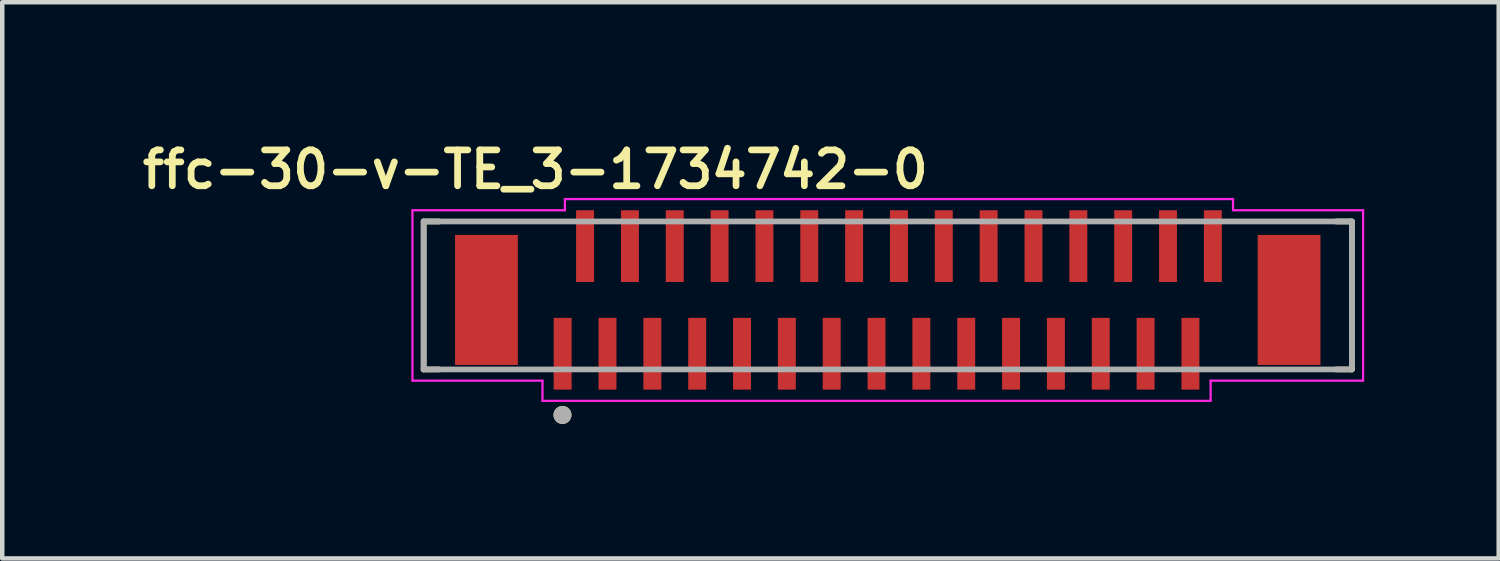
<source format=kicad_pcb>
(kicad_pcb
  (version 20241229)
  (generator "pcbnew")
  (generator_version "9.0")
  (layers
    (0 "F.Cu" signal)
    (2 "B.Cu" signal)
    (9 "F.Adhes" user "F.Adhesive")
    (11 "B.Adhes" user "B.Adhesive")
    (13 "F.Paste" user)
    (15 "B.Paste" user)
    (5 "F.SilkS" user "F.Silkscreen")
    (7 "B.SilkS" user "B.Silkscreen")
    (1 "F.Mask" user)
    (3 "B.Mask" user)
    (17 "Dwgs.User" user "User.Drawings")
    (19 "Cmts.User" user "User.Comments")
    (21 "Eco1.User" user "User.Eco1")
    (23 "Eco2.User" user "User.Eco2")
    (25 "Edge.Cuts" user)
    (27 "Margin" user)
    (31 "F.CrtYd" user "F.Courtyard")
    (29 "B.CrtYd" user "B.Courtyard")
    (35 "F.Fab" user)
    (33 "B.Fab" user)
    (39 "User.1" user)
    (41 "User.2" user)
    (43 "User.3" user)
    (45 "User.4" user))
  (footprint "ffc-30-v-TE_3-1734742-0"
    (layer "F.Cu")
    (at 16.748 3.639)
    (property "Reference" "ffc-30-v-TE_3-1734742-0" (at -7.86 -2.908 0) (layer "F.SilkS") (effects (font (size 0.8 0.8) (thickness 0.15))))
    (attr smd)
    (fp_line (start -10.35 -1.75) (end -10.35 1.55) (stroke (width 0.127) (type solid)) (layer "F.SilkS"))
    (fp_line (start -10.35 1.55) (end -10 1.55) (stroke (width 0.127) (type solid)) (layer "F.SilkS"))
    (fp_line (start -10 -1.75) (end -10.35 -1.75) (stroke (width 0.127) (type solid)) (layer "F.SilkS"))
    (fp_line (start 10 -1.75) (end 10.35 -1.75) (stroke (width 0.127) (type solid)) (layer "F.SilkS"))
    (fp_line (start 10.35 -1.75) (end 10.35 1.55) (stroke (width 0.127) (type solid)) (layer "F.SilkS"))
    (fp_line (start 10.35 1.55) (end 10 1.55) (stroke (width 0.127) (type solid)) (layer "F.SilkS"))
    (fp_circle (center -7.254 2.565) (end -7.154 2.565) (stroke (width 0.2) (type solid)) (fill no) (layer "F.SilkS"))
    (fp_line (start -10.6 -2) (end -7.2 -2) (stroke (width 0.05) (type solid)) (layer "F.CrtYd"))
    (fp_line (start -10.6 1.8) (end -10.6 -2) (stroke (width 0.05) (type solid)) (layer "F.CrtYd"))
    (fp_line (start -7.7 1.8) (end -10.6 1.8) (stroke (width 0.05) (type solid)) (layer "F.CrtYd"))
    (fp_line (start -7.7 2.25) (end -7.7 1.8) (stroke (width 0.05) (type solid)) (layer "F.CrtYd"))
    (fp_line (start -7.2 -2.25) (end 7.7 -2.25) (stroke (width 0.05) (type solid)) (layer "F.CrtYd"))
    (fp_line (start -7.2 -2) (end -7.2 -2.25) (stroke (width 0.05) (type solid)) (layer "F.CrtYd"))
    (fp_line (start 7.2 1.8) (end 7.2 2.25) (stroke (width 0.05) (type solid)) (layer "F.CrtYd"))
    (fp_line (start 7.2 2.25) (end -7.7 2.25) (stroke (width 0.05) (type solid)) (layer "F.CrtYd"))
    (fp_line (start 7.7 -2.25) (end 7.7 -2) (stroke (width 0.05) (type solid)) (layer "F.CrtYd"))
    (fp_line (start 7.7 -2) (end 10.6 -2) (stroke (width 0.05) (type solid)) (layer "F.CrtYd"))
    (fp_line (start 10.6 -2) (end 10.6 1.8) (stroke (width 0.05) (type solid)) (layer "F.CrtYd"))
    (fp_line (start 10.6 1.8) (end 7.2 1.8) (stroke (width 0.05) (type solid)) (layer "F.CrtYd"))
    (fp_line (start -10.35 -1.75) (end 10.35 -1.75) (stroke (width 0.127) (type solid)) (layer "F.Fab"))
    (fp_line (start -10.35 1.55) (end -10.35 -1.75) (stroke (width 0.127) (type solid)) (layer "F.Fab"))
    (fp_line (start 10.35 -1.75) (end 10.35 1.55) (stroke (width 0.127) (type solid)) (layer "F.Fab"))
    (fp_line (start 10.35 1.55) (end -10.35 1.55) (stroke (width 0.127) (type solid)) (layer "F.Fab"))
    (fp_circle (center -7.254 2.565) (end -7.154 2.565) (stroke (width 0.2) (type solid)) (fill no) (layer "F.Fab"))
    (pad "1" smd rect (at -7.25 1.2) (size 0.4 1.6) (layers "F.Cu" "F.Mask" "F.Paste"))
    (pad "2" smd rect (at -6.75 -1.2) (size 0.4 1.6) (layers "F.Cu" "F.Mask" "F.Paste"))
    (pad "3" smd rect (at -6.25 1.2) (size 0.4 1.6) (layers "F.Cu" "F.Mask" "F.Paste"))
    (pad "4" smd rect (at -5.75 -1.2) (size 0.4 1.6) (layers "F.Cu" "F.Mask" "F.Paste"))
    (pad "5" smd rect (at -5.25 1.2) (size 0.4 1.6) (layers "F.Cu" "F.Mask" "F.Paste"))
    (pad "6" smd rect (at -4.75 -1.2) (size 0.4 1.6) (layers "F.Cu" "F.Mask" "F.Paste"))
    (pad "7" smd rect (at -4.25 1.2) (size 0.4 1.6) (layers "F.Cu" "F.Mask" "F.Paste"))
    (pad "8" smd rect (at -3.75 -1.2) (size 0.4 1.6) (layers "F.Cu" "F.Mask" "F.Paste"))
    (pad "9" smd rect (at -3.25 1.2) (size 0.4 1.6) (layers "F.Cu" "F.Mask" "F.Paste"))
    (pad "10" smd rect (at -2.75 -1.2) (size 0.4 1.6) (layers "F.Cu" "F.Mask" "F.Paste"))
    (pad "11" smd rect (at -2.25 1.2) (size 0.4 1.6) (layers "F.Cu" "F.Mask" "F.Paste"))
    (pad "12" smd rect (at -1.75 -1.2) (size 0.4 1.6) (layers "F.Cu" "F.Mask" "F.Paste"))
    (pad "13" smd rect (at -1.25 1.2) (size 0.4 1.6) (layers "F.Cu" "F.Mask" "F.Paste"))
    (pad "14" smd rect (at -0.75 -1.2) (size 0.4 1.6) (layers "F.Cu" "F.Mask" "F.Paste"))
    (pad "15" smd rect (at -0.25 1.2) (size 0.4 1.6) (layers "F.Cu" "F.Mask" "F.Paste"))
    (pad "16" smd rect (at 0.25 -1.2) (size 0.4 1.6) (layers "F.Cu" "F.Mask" "F.Paste"))
    (pad "17" smd rect (at 0.75 1.2) (size 0.4 1.6) (layers "F.Cu" "F.Mask" "F.Paste"))
    (pad "18" smd rect (at 1.25 -1.2) (size 0.4 1.6) (layers "F.Cu" "F.Mask" "F.Paste"))
    (pad "19" smd rect (at 1.75 1.2) (size 0.4 1.6) (layers "F.Cu" "F.Mask" "F.Paste"))
    (pad "20" smd rect (at 2.25 -1.2) (size 0.4 1.6) (layers "F.Cu" "F.Mask" "F.Paste"))
    (pad "21" smd rect (at 2.75 1.2) (size 0.4 1.6) (layers "F.Cu" "F.Mask" "F.Paste"))
    (pad "22" smd rect (at 3.25 -1.2) (size 0.4 1.6) (layers "F.Cu" "F.Mask" "F.Paste"))
    (pad "23" smd rect (at 3.75 1.2) (size 0.4 1.6) (layers "F.Cu" "F.Mask" "F.Paste"))
    (pad "24" smd rect (at 4.25 -1.2) (size 0.4 1.6) (layers "F.Cu" "F.Mask" "F.Paste"))
    (pad "25" smd rect (at 4.75 1.2) (size 0.4 1.6) (layers "F.Cu" "F.Mask" "F.Paste"))
    (pad "26" smd rect (at 5.25 -1.2) (size 0.4 1.6) (layers "F.Cu" "F.Mask" "F.Paste"))
    (pad "27" smd rect (at 5.75 1.2) (size 0.4 1.6) (layers "F.Cu" "F.Mask" "F.Paste"))
    (pad "28" smd rect (at 6.25 -1.2) (size 0.4 1.6) (layers "F.Cu" "F.Mask" "F.Paste"))
    (pad "29" smd rect (at 6.75 1.2) (size 0.4 1.6) (layers "F.Cu" "F.Mask" "F.Paste"))
    (pad "30" smd rect (at 7.25 -1.2) (size 0.4 1.6) (layers "F.Cu" "F.Mask" "F.Paste"))
    (pad "S1" smd rect (at -8.95 0) (size 1.4 2.9) (layers "F.Cu" "F.Mask" "F.Paste"))
    (pad "S2" smd rect (at 8.95 0) (size 1.4 2.9) (layers "F.Cu" "F.Mask" "F.Paste")))
  (gr_rect
    (start -3 -3)
    (end 30.373 9.404)
    (stroke (width 0.1) (type default))
    (fill no)
    (layer "Edge.Cuts")))
</source>
